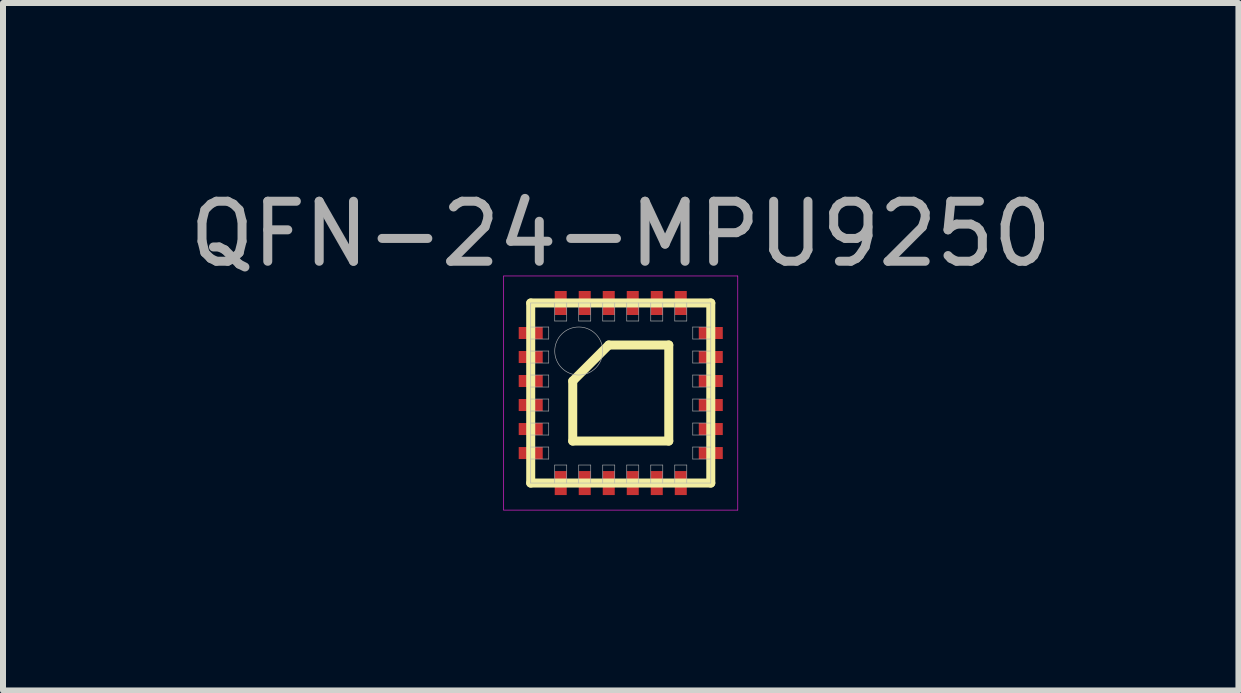
<source format=kicad_pcb>
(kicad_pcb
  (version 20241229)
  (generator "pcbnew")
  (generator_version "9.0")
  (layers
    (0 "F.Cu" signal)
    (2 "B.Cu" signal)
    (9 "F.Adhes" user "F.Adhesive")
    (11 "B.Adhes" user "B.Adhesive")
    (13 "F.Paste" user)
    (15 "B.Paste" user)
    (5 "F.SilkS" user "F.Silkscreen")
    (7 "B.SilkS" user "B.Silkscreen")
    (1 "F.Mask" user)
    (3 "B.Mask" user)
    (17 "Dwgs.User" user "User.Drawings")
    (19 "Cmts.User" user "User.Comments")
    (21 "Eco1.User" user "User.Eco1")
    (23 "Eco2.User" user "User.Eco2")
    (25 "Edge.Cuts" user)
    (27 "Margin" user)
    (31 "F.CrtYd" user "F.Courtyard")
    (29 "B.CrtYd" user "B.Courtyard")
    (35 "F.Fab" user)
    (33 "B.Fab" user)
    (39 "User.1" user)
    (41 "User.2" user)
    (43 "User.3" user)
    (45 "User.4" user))
  (footprint "QFN-24-MPU9250"
    (layer "F.Cu")
    (at 7.292 3.498)
    (property "Reference" "QFN-24-MPU9250" (at 0 -2.65 0) (layer "F.Fab") (effects (font (size 1 1) (thickness 0.15))))
    (attr through_hole)
    (fp_line (start -1.5 -1.5) (end 1.5 -1.5) (stroke (width 0.15) (type solid)) (layer "F.SilkS"))
    (fp_line (start -1.5 1.5) (end -1.5 -1.5) (stroke (width 0.15) (type solid)) (layer "F.SilkS"))
    (fp_line (start -0.8 -0.2) (end -0.2 -0.8) (stroke (width 0.15) (type solid)) (layer "F.SilkS"))
    (fp_line (start -0.8 0.8) (end -0.8 -0.2) (stroke (width 0.15) (type solid)) (layer "F.SilkS"))
    (fp_line (start -0.2 -0.8) (end 0.8 -0.8) (stroke (width 0.15) (type solid)) (layer "F.SilkS"))
    (fp_line (start 0.8 -0.8) (end 0.8 0.8) (stroke (width 0.15) (type solid)) (layer "F.SilkS"))
    (fp_line (start 0.8 0.8) (end -0.8 0.8) (stroke (width 0.15) (type solid)) (layer "F.SilkS"))
    (fp_line (start 1.5 -1.5) (end 1.5 1.5) (stroke (width 0.15) (type solid)) (layer "F.SilkS"))
    (fp_line (start 1.5 1.5) (end -1.5 1.5) (stroke (width 0.15) (type solid)) (layer "F.SilkS"))
    (fp_line (start -1.95 -1.95) (end 1.95 -1.95) (stroke (width 0.01) (type solid)) (layer "F.CrtYd"))
    (fp_line (start -1.95 1.95) (end -1.95 -1.95) (stroke (width 0.01) (type solid)) (layer "F.CrtYd"))
    (fp_line (start 1.95 -1.95) (end 1.95 1.95) (stroke (width 0.01) (type solid)) (layer "F.CrtYd"))
    (fp_line (start 1.95 1.95) (end -1.95 1.95) (stroke (width 0.01) (type solid)) (layer "F.CrtYd"))
    (fp_line (start -1.5 -1.5) (end 1.5 -1.5) (stroke (width 0.01) (type solid)) (layer "F.Fab"))
    (fp_line (start -1.5 -0.9) (end -1.2 -0.9) (stroke (width 0.01) (type solid)) (layer "F.Fab"))
    (fp_line (start -1.5 -0.5) (end -1.2 -0.5) (stroke (width 0.01) (type solid)) (layer "F.Fab"))
    (fp_line (start -1.5 -0.1) (end -1.2 -0.1) (stroke (width 0.01) (type solid)) (layer "F.Fab"))
    (fp_line (start -1.5 0.3) (end -1.2 0.3) (stroke (width 0.01) (type solid)) (layer "F.Fab"))
    (fp_line (start -1.5 0.7) (end -1.2 0.7) (stroke (width 0.01) (type solid)) (layer "F.Fab"))
    (fp_line (start -1.5 1.1) (end -1.2 1.1) (stroke (width 0.01) (type solid)) (layer "F.Fab"))
    (fp_line (start -1.5 1.5) (end -1.5 -1.5) (stroke (width 0.01) (type solid)) (layer "F.Fab"))
    (fp_line (start -1.2 -1.1) (end -1.5 -1.1) (stroke (width 0.01) (type solid)) (layer "F.Fab"))
    (fp_line (start -1.2 -0.9) (end -1.2 -1.1) (stroke (width 0.01) (type solid)) (layer "F.Fab"))
    (fp_line (start -1.2 -0.7) (end -1.5 -0.7) (stroke (width 0.01) (type solid)) (layer "F.Fab"))
    (fp_line (start -1.2 -0.5) (end -1.2 -0.7) (stroke (width 0.01) (type solid)) (layer "F.Fab"))
    (fp_line (start -1.2 -0.3) (end -1.5 -0.3) (stroke (width 0.01) (type solid)) (layer "F.Fab"))
    (fp_line (start -1.2 -0.1) (end -1.2 -0.3) (stroke (width 0.01) (type solid)) (layer "F.Fab"))
    (fp_line (start -1.2 0.1) (end -1.5 0.1) (stroke (width 0.01) (type solid)) (layer "F.Fab"))
    (fp_line (start -1.2 0.3) (end -1.2 0.1) (stroke (width 0.01) (type solid)) (layer "F.Fab"))
    (fp_line (start -1.2 0.5) (end -1.5 0.5) (stroke (width 0.01) (type solid)) (layer "F.Fab"))
    (fp_line (start -1.2 0.7) (end -1.2 0.5) (stroke (width 0.01) (type solid)) (layer "F.Fab"))
    (fp_line (start -1.2 0.9) (end -1.5 0.9) (stroke (width 0.01) (type solid)) (layer "F.Fab"))
    (fp_line (start -1.2 1.1) (end -1.2 0.9) (stroke (width 0.01) (type solid)) (layer "F.Fab"))
    (fp_line (start -1.1 -1.5) (end -1.1 -1.2) (stroke (width 0.01) (type solid)) (layer "F.Fab"))
    (fp_line (start -1.1 -1.2) (end -0.9 -1.2) (stroke (width 0.01) (type solid)) (layer "F.Fab"))
    (fp_line (start -1.1 1.2) (end -1.1 1.5) (stroke (width 0.01) (type solid)) (layer "F.Fab"))
    (fp_line (start -0.9 -1.2) (end -0.9 -1.5) (stroke (width 0.01) (type solid)) (layer "F.Fab"))
    (fp_line (start -0.9 1.2) (end -1.1 1.2) (stroke (width 0.01) (type solid)) (layer "F.Fab"))
    (fp_line (start -0.9 1.5) (end -0.9 1.2) (stroke (width 0.01) (type solid)) (layer "F.Fab"))
    (fp_line (start -0.7 -1.5) (end -0.7 -1.2) (stroke (width 0.01) (type solid)) (layer "F.Fab"))
    (fp_line (start -0.7 -1.2) (end -0.5 -1.2) (stroke (width 0.01) (type solid)) (layer "F.Fab"))
    (fp_line (start -0.7 1.2) (end -0.7 1.5) (stroke (width 0.01) (type solid)) (layer "F.Fab"))
    (fp_line (start -0.5 -1.2) (end -0.5 -1.5) (stroke (width 0.01) (type solid)) (layer "F.Fab"))
    (fp_line (start -0.5 1.2) (end -0.7 1.2) (stroke (width 0.01) (type solid)) (layer "F.Fab"))
    (fp_line (start -0.5 1.5) (end -0.5 1.2) (stroke (width 0.01) (type solid)) (layer "F.Fab"))
    (fp_line (start -0.3 -1.5) (end -0.3 -1.2) (stroke (width 0.01) (type solid)) (layer "F.Fab"))
    (fp_line (start -0.3 -1.2) (end -0.1 -1.2) (stroke (width 0.01) (type solid)) (layer "F.Fab"))
    (fp_line (start -0.3 1.2) (end -0.3 1.5) (stroke (width 0.01) (type solid)) (layer "F.Fab"))
    (fp_line (start -0.1 -1.2) (end -0.1 -1.5) (stroke (width 0.01) (type solid)) (layer "F.Fab"))
    (fp_line (start -0.1 1.2) (end -0.3 1.2) (stroke (width 0.01) (type solid)) (layer "F.Fab"))
    (fp_line (start -0.1 1.5) (end -0.1 1.2) (stroke (width 0.01) (type solid)) (layer "F.Fab"))
    (fp_line (start 0.1 -1.5) (end 0.1 -1.2) (stroke (width 0.01) (type solid)) (layer "F.Fab"))
    (fp_line (start 0.1 -1.2) (end 0.3 -1.2) (stroke (width 0.01) (type solid)) (layer "F.Fab"))
    (fp_line (start 0.1 1.2) (end 0.1 1.5) (stroke (width 0.01) (type solid)) (layer "F.Fab"))
    (fp_line (start 0.3 -1.2) (end 0.3 -1.5) (stroke (width 0.01) (type solid)) (layer "F.Fab"))
    (fp_line (start 0.3 1.2) (end 0.1 1.2) (stroke (width 0.01) (type solid)) (layer "F.Fab"))
    (fp_line (start 0.3 1.5) (end 0.3 1.2) (stroke (width 0.01) (type solid)) (layer "F.Fab"))
    (fp_line (start 0.5 -1.5) (end 0.5 -1.2) (stroke (width 0.01) (type solid)) (layer "F.Fab"))
    (fp_line (start 0.5 -1.2) (end 0.7 -1.2) (stroke (width 0.01) (type solid)) (layer "F.Fab"))
    (fp_line (start 0.5 1.2) (end 0.5 1.5) (stroke (width 0.01) (type solid)) (layer "F.Fab"))
    (fp_line (start 0.7 -1.2) (end 0.7 -1.5) (stroke (width 0.01) (type solid)) (layer "F.Fab"))
    (fp_line (start 0.7 1.2) (end 0.5 1.2) (stroke (width 0.01) (type solid)) (layer "F.Fab"))
    (fp_line (start 0.7 1.5) (end 0.7 1.2) (stroke (width 0.01) (type solid)) (layer "F.Fab"))
    (fp_line (start 0.9 -1.5) (end 0.9 -1.2) (stroke (width 0.01) (type solid)) (layer "F.Fab"))
    (fp_line (start 0.9 -1.2) (end 1.1 -1.2) (stroke (width 0.01) (type solid)) (layer "F.Fab"))
    (fp_line (start 0.9 1.2) (end 0.9 1.5) (stroke (width 0.01) (type solid)) (layer "F.Fab"))
    (fp_line (start 1.1 -1.2) (end 1.1 -1.5) (stroke (width 0.01) (type solid)) (layer "F.Fab"))
    (fp_line (start 1.1 1.2) (end 0.9 1.2) (stroke (width 0.01) (type solid)) (layer "F.Fab"))
    (fp_line (start 1.1 1.5) (end 1.1 1.2) (stroke (width 0.01) (type solid)) (layer "F.Fab"))
    (fp_line (start 1.2 -1.1) (end 1.2 -0.9) (stroke (width 0.01) (type solid)) (layer "F.Fab"))
    (fp_line (start 1.2 -0.9) (end 1.5 -0.9) (stroke (width 0.01) (type solid)) (layer "F.Fab"))
    (fp_line (start 1.2 -0.7) (end 1.2 -0.5) (stroke (width 0.01) (type solid)) (layer "F.Fab"))
    (fp_line (start 1.2 -0.5) (end 1.5 -0.5) (stroke (width 0.01) (type solid)) (layer "F.Fab"))
    (fp_line (start 1.2 -0.3) (end 1.2 -0.1) (stroke (width 0.01) (type solid)) (layer "F.Fab"))
    (fp_line (start 1.2 -0.1) (end 1.5 -0.1) (stroke (width 0.01) (type solid)) (layer "F.Fab"))
    (fp_line (start 1.2 0.1) (end 1.2 0.3) (stroke (width 0.01) (type solid)) (layer "F.Fab"))
    (fp_line (start 1.2 0.3) (end 1.5 0.3) (stroke (width 0.01) (type solid)) (layer "F.Fab"))
    (fp_line (start 1.2 0.5) (end 1.2 0.7) (stroke (width 0.01) (type solid)) (layer "F.Fab"))
    (fp_line (start 1.2 0.7) (end 1.5 0.7) (stroke (width 0.01) (type solid)) (layer "F.Fab"))
    (fp_line (start 1.2 0.9) (end 1.2 1.1) (stroke (width 0.01) (type solid)) (layer "F.Fab"))
    (fp_line (start 1.2 1.1) (end 1.5 1.1) (stroke (width 0.01) (type solid)) (layer "F.Fab"))
    (fp_line (start 1.5 -1.5) (end 1.5 1.5) (stroke (width 0.01) (type solid)) (layer "F.Fab"))
    (fp_line (start 1.5 -1.1) (end 1.2 -1.1) (stroke (width 0.01) (type solid)) (layer "F.Fab"))
    (fp_line (start 1.5 -0.7) (end 1.2 -0.7) (stroke (width 0.01) (type solid)) (layer "F.Fab"))
    (fp_line (start 1.5 -0.3) (end 1.2 -0.3) (stroke (width 0.01) (type solid)) (layer "F.Fab"))
    (fp_line (start 1.5 0.1) (end 1.2 0.1) (stroke (width 0.01) (type solid)) (layer "F.Fab"))
    (fp_line (start 1.5 0.5) (end 1.2 0.5) (stroke (width 0.01) (type solid)) (layer "F.Fab"))
    (fp_line (start 1.5 0.9) (end 1.2 0.9) (stroke (width 0.01) (type solid)) (layer "F.Fab"))
    (fp_line (start 1.5 1.5) (end -1.5 1.5) (stroke (width 0.01) (type solid)) (layer "F.Fab"))
    (fp_circle (center -0.7 -0.7) (end -0.7 -0.3) (stroke (width 0.01) (type solid)) (fill no) (layer "F.Fab"))
    (pad "1" smd rect (at -1.5 -1) (size 0.4 0.2) (layers "F.Cu" "F.Mask" "F.Paste"))
    (pad "2" smd rect (at -1.5 -0.6) (size 0.4 0.2) (layers "F.Cu" "F.Mask" "F.Paste"))
    (pad "3" smd rect (at -1.5 -0.2) (size 0.4 0.2) (layers "F.Cu" "F.Mask" "F.Paste"))
    (pad "4" smd rect (at -1.5 0.2) (size 0.4 0.2) (layers "F.Cu" "F.Mask" "F.Paste"))
    (pad "5" smd rect (at -1.5 0.6) (size 0.4 0.2) (layers "F.Cu" "F.Mask" "F.Paste"))
    (pad "6" smd rect (at -1.5 1) (size 0.4 0.2) (layers "F.Cu" "F.Mask" "F.Paste"))
    (pad "7" smd rect (at -1 1.5) (size 0.2 0.4) (layers "F.Cu" "F.Mask" "F.Paste"))
    (pad "8" smd rect (at -0.6 1.5) (size 0.2 0.4) (layers "F.Cu" "F.Mask" "F.Paste"))
    (pad "9" smd rect (at -0.2 1.5) (size 0.2 0.4) (layers "F.Cu" "F.Mask" "F.Paste"))
    (pad "10" smd rect (at 0.2 1.5) (size 0.2 0.4) (layers "F.Cu" "F.Mask" "F.Paste"))
    (pad "11" smd rect (at 0.6 1.5) (size 0.2 0.4) (layers "F.Cu" "F.Mask" "F.Paste"))
    (pad "12" smd rect (at 1 1.5) (size 0.2 0.4) (layers "F.Cu" "F.Mask" "F.Paste"))
    (pad "13" smd rect (at 1.5 1) (size 0.4 0.2) (layers "F.Cu" "F.Mask" "F.Paste"))
    (pad "14" smd rect (at 1.5 0.6) (size 0.4 0.2) (layers "F.Cu" "F.Mask" "F.Paste"))
    (pad "15" smd rect (at 1.5 0.2) (size 0.4 0.2) (layers "F.Cu" "F.Mask" "F.Paste"))
    (pad "16" smd rect (at 1.5 -0.2) (size 0.4 0.2) (layers "F.Cu" "F.Mask" "F.Paste"))
    (pad "17" smd rect (at 1.5 -0.6) (size 0.4 0.2) (layers "F.Cu" "F.Mask" "F.Paste"))
    (pad "18" smd rect (at 1.5 -1) (size 0.4 0.2) (layers "F.Cu" "F.Mask" "F.Paste"))
    (pad "19" smd rect (at 1 -1.5) (size 0.2 0.4) (layers "F.Cu" "F.Mask" "F.Paste"))
    (pad "20" smd rect (at 0.6 -1.5) (size 0.2 0.4) (layers "F.Cu" "F.Mask" "F.Paste"))
    (pad "21" smd rect (at 0.2 -1.5) (size 0.2 0.4) (layers "F.Cu" "F.Mask" "F.Paste"))
    (pad "22" smd rect (at -0.2 -1.5) (size 0.2 0.4) (layers "F.Cu" "F.Mask" "F.Paste"))
    (pad "23" smd rect (at -0.6 -1.5) (size 0.2 0.4) (layers "F.Cu" "F.Mask" "F.Paste"))
    (pad "24" smd rect (at -1 -1.5) (size 0.2 0.4) (layers "F.Cu" "F.Mask" "F.Paste")))
  (gr_rect
    (start -3 -3)
    (end 17.583 8.453)
    (stroke (width 0.1) (type default))
    (fill no)
    (layer "Edge.Cuts")))
</source>
